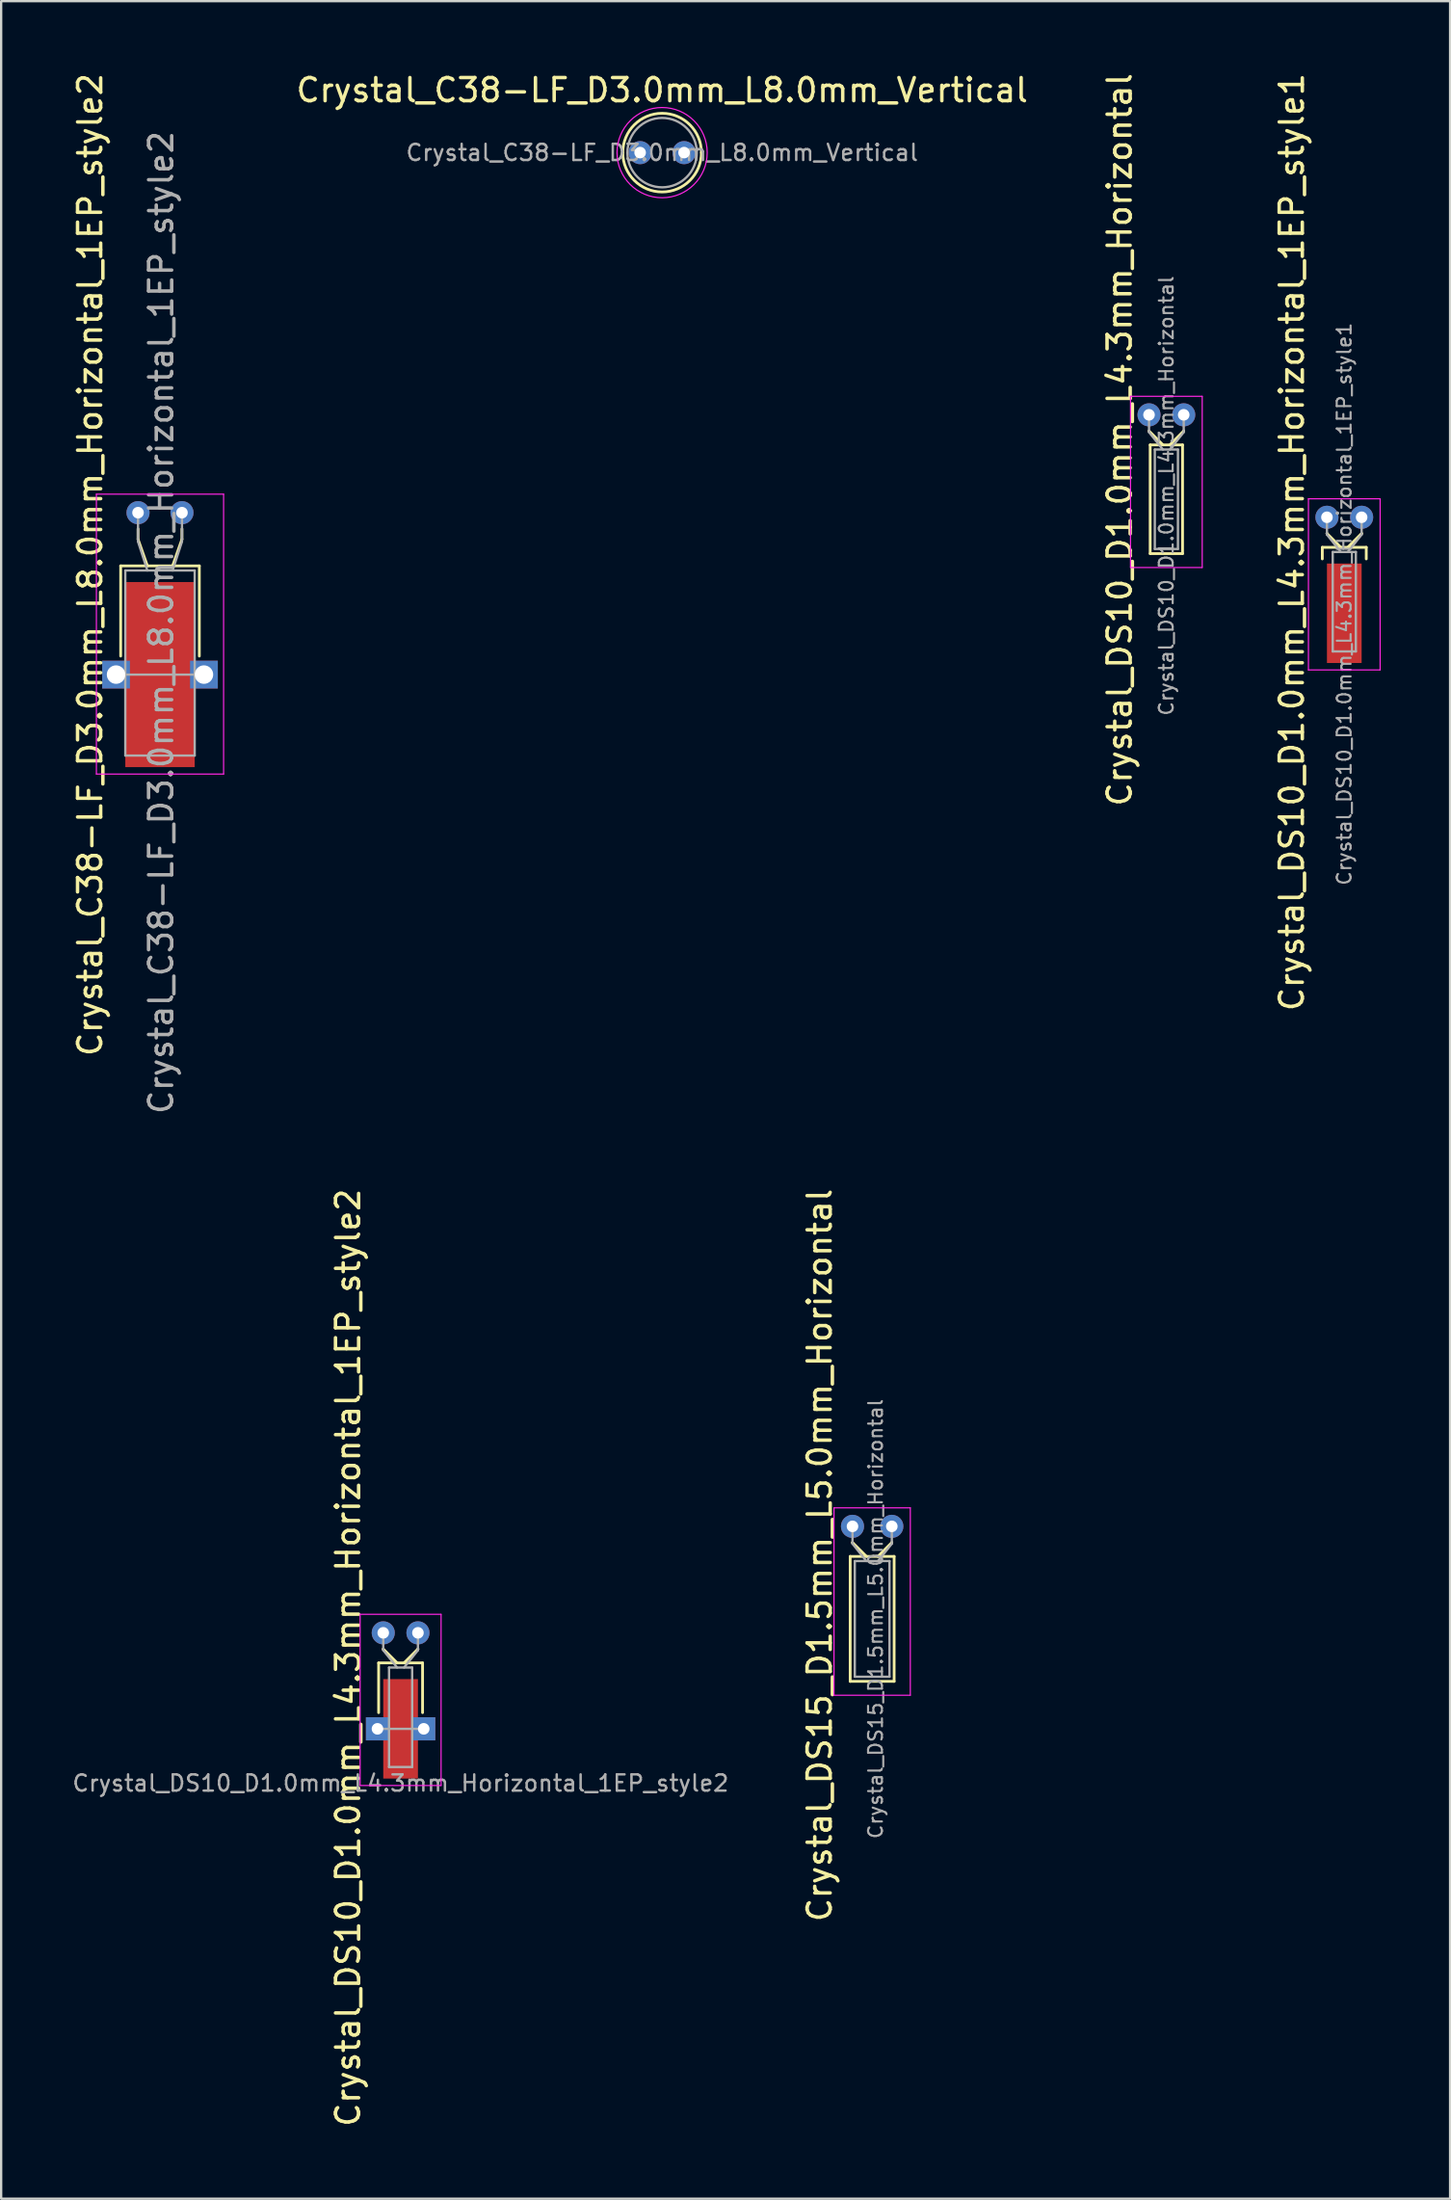
<source format=kicad_pcb>
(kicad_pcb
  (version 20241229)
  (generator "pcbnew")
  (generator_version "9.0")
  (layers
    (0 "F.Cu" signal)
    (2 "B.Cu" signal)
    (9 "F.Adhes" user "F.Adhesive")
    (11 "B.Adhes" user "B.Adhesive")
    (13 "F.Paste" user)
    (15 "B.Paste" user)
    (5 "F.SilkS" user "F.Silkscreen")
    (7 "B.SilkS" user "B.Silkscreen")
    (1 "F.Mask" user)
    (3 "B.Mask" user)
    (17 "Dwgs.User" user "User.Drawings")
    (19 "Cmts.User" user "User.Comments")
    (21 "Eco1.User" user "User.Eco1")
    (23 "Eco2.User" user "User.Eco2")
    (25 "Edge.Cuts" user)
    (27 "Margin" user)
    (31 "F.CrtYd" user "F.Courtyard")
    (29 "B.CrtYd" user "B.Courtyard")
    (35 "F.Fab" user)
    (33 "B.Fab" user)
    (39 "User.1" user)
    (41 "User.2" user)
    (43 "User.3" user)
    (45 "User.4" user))
  (footprint "Crystal_C38-LF_D3.0mm_L8.0mm_Vertical"
    (layer "F.Cu")
    (at 24.628 3.548)
    (property "Reference" "Crystal_C38-LF_D3.0mm_L8.0mm_Vertical" (at 0.95 -2.7 0) (layer "F.SilkS") (effects (font (size 1 1) (thickness 0.15))))
    (attr through_hole)
    (fp_arc (start -0.75 0) (mid 0.95 -1.7) (end 2.65 0) (stroke (width 0.12) (type solid)) (layer "F.SilkS"))
    (fp_arc (start 2.65 0) (mid 0.95 1.7) (end -0.75 0) (stroke (width 0.12) (type solid)) (layer "F.SilkS"))
    (fp_circle (center 0.95 0) (end 2.9 0) (stroke (width 0.05) (type solid)) (fill no) (layer "F.CrtYd"))
    (fp_circle (center 0.95 0) (end 2.45 0) (stroke (width 0.1) (type solid)) (fill no) (layer "F.Fab"))
    (fp_text user "${REFERENCE}" (at 0.95 0 0) (layer "F.Fab") (effects (font (size 0.7 0.7) (thickness 0.105))))
    (pad "1" thru_hole circle (at 0 0) (size 1 1) (drill 0.5) (layers "*.Cu" "*.Mask"))
    (pad "2" thru_hole circle (at 1.9 0) (size 1 1) (drill 0.5) (layers "*.Cu" "*.Mask")))
  (footprint "Crystal_DS10_D1.0mm_L4.3mm_Horizontal_1EP_style1"
    (layer "F.Cu")
    (at 54.324 19.312)
    (property "Reference" "Crystal_DS10_D1.0mm_L4.3mm_Horizontal_1EP_style1" (at -1.52 1.075 90) (layer "F.SilkS") (effects (font (size 1 1) (thickness 0.15))))
    (attr through_hole)
    (fp_line (start -0.2 1.3) (end 1.7 1.3) (stroke (width 0.12) (type solid)) (layer "F.SilkS"))
    (fp_line (start -0.2 1.8) (end -0.2 1.3) (stroke (width 0.12) (type solid)) (layer "F.SilkS"))
    (fp_line (start 0 0.7) (end 0 0.7) (stroke (width 0.12) (type solid)) (layer "F.SilkS"))
    (fp_line (start 0.6 1.3) (end 0 0.7) (stroke (width 0.12) (type solid)) (layer "F.SilkS"))
    (fp_line (start 0.9 1.3) (end 1.5 0.7) (stroke (width 0.12) (type solid)) (layer "F.SilkS"))
    (fp_line (start 1.5 0.7) (end 1.5 0.7) (stroke (width 0.12) (type solid)) (layer "F.SilkS"))
    (fp_line (start 1.7 1.3) (end 1.7 1.8) (stroke (width 0.12) (type solid)) (layer "F.SilkS"))
    (fp_line (start -0.8 -0.8) (end -0.8 6.6) (stroke (width 0.05) (type solid)) (layer "F.CrtYd"))
    (fp_line (start -0.8 6.6) (end 2.3 6.6) (stroke (width 0.05) (type solid)) (layer "F.CrtYd"))
    (fp_line (start 2.3 -0.8) (end -0.8 -0.8) (stroke (width 0.05) (type solid)) (layer "F.CrtYd"))
    (fp_line (start 2.3 6.6) (end 2.3 -0.8) (stroke (width 0.05) (type solid)) (layer "F.CrtYd"))
    (fp_line (start 0 0.75) (end 0 0) (stroke (width 0.1) (type solid)) (layer "F.Fab"))
    (fp_line (start 0.25 1.5) (end 0.25 5.8) (stroke (width 0.1) (type solid)) (layer "F.Fab"))
    (fp_line (start 0.25 5.8) (end 1.25 5.8) (stroke (width 0.1) (type solid)) (layer "F.Fab"))
    (fp_line (start 0.6 1.5) (end 0 0.75) (stroke (width 0.1) (type solid)) (layer "F.Fab"))
    (fp_line (start 0.9 1.5) (end 1.5 0.75) (stroke (width 0.1) (type solid)) (layer "F.Fab"))
    (fp_line (start 1.25 1.5) (end 0.25 1.5) (stroke (width 0.1) (type solid)) (layer "F.Fab"))
    (fp_line (start 1.25 5.8) (end 1.25 1.5) (stroke (width 0.1) (type solid)) (layer "F.Fab"))
    (fp_line (start 1.5 0.75) (end 1.5 0) (stroke (width 0.1) (type solid)) (layer "F.Fab"))
    (fp_text user "${REFERENCE}" (at 0.75 3.75 90) (layer "F.Fab") (effects (font (size 0.6 0.6) (thickness 0.09))))
    (pad "1" thru_hole circle (at 0 0) (size 1 1) (drill 0.5) (layers "*.Cu" "*.Mask"))
    (pad "2" thru_hole circle (at 1.5 0) (size 1 1) (drill 0.5) (layers "*.Cu" "*.Mask"))
    (pad "3" smd rect (at 0.75 4.15) (size 1.5 4.3) (layers "F.Cu" "F.Mask" "F.Paste")))
  (footprint "Crystal_DS15_D1.5mm_L5.0mm_Horizontal"
    (layer "F.Cu")
    (at 33.81 62.935)
    (property "Reference" "Crystal_DS15_D1.5mm_L5.0mm_Horizontal" (at -1.42 1.25 90) (layer "F.SilkS") (effects (font (size 1 1) (thickness 0.15))))
    (attr through_hole)
    (fp_line (start -0.1 1.3) (end -0.1 6.7) (stroke (width 0.12) (type solid)) (layer "F.SilkS"))
    (fp_line (start -0.1 6.7) (end 1.8 6.7) (stroke (width 0.12) (type solid)) (layer "F.SilkS"))
    (fp_line (start 0 0.7) (end 0 0.7) (stroke (width 0.12) (type solid)) (layer "F.SilkS"))
    (fp_line (start 0.6 1.3) (end 0 0.7) (stroke (width 0.12) (type solid)) (layer "F.SilkS"))
    (fp_line (start 1.1 1.3) (end 1.7 0.7) (stroke (width 0.12) (type solid)) (layer "F.SilkS"))
    (fp_line (start 1.7 0.7) (end 1.7 0.7) (stroke (width 0.12) (type solid)) (layer "F.SilkS"))
    (fp_line (start 1.8 1.3) (end -0.1 1.3) (stroke (width 0.12) (type solid)) (layer "F.SilkS"))
    (fp_line (start 1.8 6.7) (end 1.8 1.3) (stroke (width 0.12) (type solid)) (layer "F.SilkS"))
    (fp_line (start -0.8 -0.8) (end -0.8 7.3) (stroke (width 0.05) (type solid)) (layer "F.CrtYd"))
    (fp_line (start -0.8 7.3) (end 2.5 7.3) (stroke (width 0.05) (type solid)) (layer "F.CrtYd"))
    (fp_line (start 2.5 -0.8) (end -0.8 -0.8) (stroke (width 0.05) (type solid)) (layer "F.CrtYd"))
    (fp_line (start 2.5 7.3) (end 2.5 -0.8) (stroke (width 0.05) (type solid)) (layer "F.CrtYd"))
    (fp_line (start 0 0.75) (end 0 0) (stroke (width 0.1) (type solid)) (layer "F.Fab"))
    (fp_line (start 0.1 1.5) (end 0.1 6.5) (stroke (width 0.1) (type solid)) (layer "F.Fab"))
    (fp_line (start 0.1 6.5) (end 1.6 6.5) (stroke (width 0.1) (type solid)) (layer "F.Fab"))
    (fp_line (start 0.6 1.5) (end 0 0.75) (stroke (width 0.1) (type solid)) (layer "F.Fab"))
    (fp_line (start 1.1 1.5) (end 1.7 0.75) (stroke (width 0.1) (type solid)) (layer "F.Fab"))
    (fp_line (start 1.6 1.5) (end 0.1 1.5) (stroke (width 0.1) (type solid)) (layer "F.Fab"))
    (fp_line (start 1.6 6.5) (end 1.6 1.5) (stroke (width 0.1) (type solid)) (layer "F.Fab"))
    (fp_line (start 1.7 0.75) (end 1.7 0) (stroke (width 0.1) (type solid)) (layer "F.Fab"))
    (fp_text user "${REFERENCE}" (at 1 4 90) (layer "F.Fab") (effects (font (size 0.6 0.6) (thickness 0.09))))
    (pad "1" thru_hole circle (at 0 0) (size 1 1) (drill 0.5) (layers "*.Cu" "*.Mask"))
    (pad "2" thru_hole circle (at 1.7 0) (size 1 1) (drill 0.5) (layers "*.Cu" "*.Mask")))
  (footprint "Crystal_DS10_D1.0mm_L4.3mm_Horizontal_1EP_style2"
    (layer "F.Cu")
    (at 13.521 67.538)
    (property "Reference" "Crystal_DS10_D1.0mm_L4.3mm_Horizontal_1EP_style2" (at -1.52 1.075 90) (layer "F.SilkS") (effects (font (size 1 1) (thickness 0.15))))
    (attr through_hole)
    (fp_line (start -0.2 1.3) (end 1.7 1.3) (stroke (width 0.12) (type solid)) (layer "F.SilkS"))
    (fp_line (start -0.2 3.45) (end -0.2 1.3) (stroke (width 0.12) (type solid)) (layer "F.SilkS"))
    (fp_line (start 0 0.7) (end 0 0.7) (stroke (width 0.12) (type solid)) (layer "F.SilkS"))
    (fp_line (start 0.6 1.3) (end 0 0.7) (stroke (width 0.12) (type solid)) (layer "F.SilkS"))
    (fp_line (start 0.9 1.3) (end 1.5 0.7) (stroke (width 0.12) (type solid)) (layer "F.SilkS"))
    (fp_line (start 1.5 0.7) (end 1.5 0.7) (stroke (width 0.12) (type solid)) (layer "F.SilkS"))
    (fp_line (start 1.7 1.3) (end 1.7 3.45) (stroke (width 0.12) (type solid)) (layer "F.SilkS"))
    (fp_line (start -1 -0.8) (end -1 6.6) (stroke (width 0.05) (type solid)) (layer "F.CrtYd"))
    (fp_line (start -1 6.6) (end 2.5 6.6) (stroke (width 0.05) (type solid)) (layer "F.CrtYd"))
    (fp_line (start 2.5 -0.8) (end -1 -0.8) (stroke (width 0.05) (type solid)) (layer "F.CrtYd"))
    (fp_line (start 2.5 6.6) (end 2.5 -0.8) (stroke (width 0.05) (type solid)) (layer "F.CrtYd"))
    (fp_line (start -0.25 4.15) (end 1.75 4.15) (stroke (width 0.1) (type solid)) (layer "F.Fab"))
    (fp_line (start 0 0.75) (end 0 0) (stroke (width 0.1) (type solid)) (layer "F.Fab"))
    (fp_line (start 0.25 1.5) (end 0.25 5.8) (stroke (width 0.1) (type solid)) (layer "F.Fab"))
    (fp_line (start 0.25 5.8) (end 1.25 5.8) (stroke (width 0.1) (type solid)) (layer "F.Fab"))
    (fp_line (start 0.6 1.5) (end 0 0.75) (stroke (width 0.1) (type solid)) (layer "F.Fab"))
    (fp_line (start 0.9 1.5) (end 1.5 0.75) (stroke (width 0.1) (type solid)) (layer "F.Fab"))
    (fp_line (start 1.25 1.5) (end 0.25 1.5) (stroke (width 0.1) (type solid)) (layer "F.Fab"))
    (fp_line (start 1.25 5.8) (end 1.25 1.5) (stroke (width 0.1) (type solid)) (layer "F.Fab"))
    (fp_line (start 1.5 0.75) (end 1.5 0) (stroke (width 0.1) (type solid)) (layer "F.Fab"))
    (fp_text user "${REFERENCE}" (at 0.75 6.5 180) (layer "F.Fab") (effects (font (size 0.7 0.7) (thickness 0.105))))
    (pad "1" thru_hole circle (at 0 0) (size 1 1) (drill 0.5) (layers "*.Cu" "*.Mask"))
    (pad "2" thru_hole circle (at 1.5 0) (size 1 1) (drill 0.5) (layers "*.Cu" "*.Mask"))
    (pad "3" thru_hole rect (at -0.25 4.15) (size 1 1) (drill 0.5) (layers "*.Cu" "*.Mask"))
    (pad "3" smd rect (at 0.75 4.15) (size 1.5 4.3) (layers "F.Cu" "F.Mask" "F.Paste"))
    (pad "3" thru_hole rect (at 1.75 4.15) (size 1 1) (drill 0.5) (layers "*.Cu" "*.Mask")))
  (footprint "Crystal_DS10_D1.0mm_L4.3mm_Horizontal"
    (layer "F.Cu")
    (at 46.631 14.883)
    (property "Reference" "Crystal_DS10_D1.0mm_L4.3mm_Horizontal" (at -1.27 1.075 90) (layer "F.SilkS") (effects (font (size 1 1) (thickness 0.15))))
    (attr through_hole)
    (fp_line (start 0 0.7) (end 0 0.7) (stroke (width 0.12) (type solid)) (layer "F.SilkS"))
    (fp_line (start 0.05 1.3) (end 0.05 6) (stroke (width 0.12) (type solid)) (layer "F.SilkS"))
    (fp_line (start 0.05 6) (end 1.45 6) (stroke (width 0.12) (type solid)) (layer "F.SilkS"))
    (fp_line (start 0.6 1.3) (end 0 0.7) (stroke (width 0.12) (type solid)) (layer "F.SilkS"))
    (fp_line (start 0.9 1.3) (end 1.5 0.7) (stroke (width 0.12) (type solid)) (layer "F.SilkS"))
    (fp_line (start 1.45 1.3) (end 0.05 1.3) (stroke (width 0.12) (type solid)) (layer "F.SilkS"))
    (fp_line (start 1.45 6) (end 1.45 1.3) (stroke (width 0.12) (type solid)) (layer "F.SilkS"))
    (fp_line (start 1.5 0.7) (end 1.5 0.7) (stroke (width 0.12) (type solid)) (layer "F.SilkS"))
    (fp_line (start -0.8 -0.8) (end -0.8 6.6) (stroke (width 0.05) (type solid)) (layer "F.CrtYd"))
    (fp_line (start -0.8 6.6) (end 2.3 6.6) (stroke (width 0.05) (type solid)) (layer "F.CrtYd"))
    (fp_line (start 2.3 -0.8) (end -0.8 -0.8) (stroke (width 0.05) (type solid)) (layer "F.CrtYd"))
    (fp_line (start 2.3 6.6) (end 2.3 -0.8) (stroke (width 0.05) (type solid)) (layer "F.CrtYd"))
    (fp_line (start 0 0.75) (end 0 0) (stroke (width 0.1) (type solid)) (layer "F.Fab"))
    (fp_line (start 0.25 1.5) (end 0.25 5.8) (stroke (width 0.1) (type solid)) (layer "F.Fab"))
    (fp_line (start 0.25 5.8) (end 1.25 5.8) (stroke (width 0.1) (type solid)) (layer "F.Fab"))
    (fp_line (start 0.6 1.5) (end 0 0.75) (stroke (width 0.1) (type solid)) (layer "F.Fab"))
    (fp_line (start 0.9 1.5) (end 1.5 0.75) (stroke (width 0.1) (type solid)) (layer "F.Fab"))
    (fp_line (start 1.25 1.5) (end 0.25 1.5) (stroke (width 0.1) (type solid)) (layer "F.Fab"))
    (fp_line (start 1.25 5.8) (end 1.25 1.5) (stroke (width 0.1) (type solid)) (layer "F.Fab"))
    (fp_line (start 1.5 0.75) (end 1.5 0) (stroke (width 0.1) (type solid)) (layer "F.Fab"))
    (fp_text user "${REFERENCE}" (at 0.75 3.5 90) (layer "F.Fab") (effects (font (size 0.6 0.6) (thickness 0.09))))
    (pad "1" thru_hole circle (at 0 0) (size 1 1) (drill 0.5) (layers "*.Cu" "*.Mask"))
    (pad "2" thru_hole circle (at 1.5 0) (size 1 1) (drill 0.5) (layers "*.Cu" "*.Mask")))
  (footprint "Crystal_C38-LF_D3.0mm_L8.0mm_Horizontal_1EP_style2"
    (layer "F.Cu")
    (at 2.918 19.113)
    (property "Reference" "Crystal_C38-LF_D3.0mm_L8.0mm_Horizontal_1EP_style2" (at -2.07 2.25 90) (layer "F.SilkS") (effects (font (size 1 1) (thickness 0.15))))
    (attr through_hole)
    (fp_line (start -0.75 2.3) (end 2.65 2.3) (stroke (width 0.12) (type solid)) (layer "F.SilkS"))
    (fp_line (start -0.75 6.2) (end -0.75 2.3) (stroke (width 0.12) (type solid)) (layer "F.SilkS"))
    (fp_line (start 0 1.15) (end 0 0.7) (stroke (width 0.12) (type solid)) (layer "F.SilkS"))
    (fp_line (start 0.405 2.3) (end 0 1.15) (stroke (width 0.12) (type solid)) (layer "F.SilkS"))
    (fp_line (start 1.495 2.3) (end 1.9 1.15) (stroke (width 0.12) (type solid)) (layer "F.SilkS"))
    (fp_line (start 1.9 1.15) (end 1.9 0.7) (stroke (width 0.12) (type solid)) (layer "F.SilkS"))
    (fp_line (start 2.65 2.3) (end 2.65 6.2) (stroke (width 0.12) (type solid)) (layer "F.SilkS"))
    (fp_line (start -1.8 -0.8) (end -1.8 11.3) (stroke (width 0.05) (type solid)) (layer "F.CrtYd"))
    (fp_line (start -1.8 11.3) (end 3.7 11.3) (stroke (width 0.05) (type solid)) (layer "F.CrtYd"))
    (fp_line (start 3.7 -0.8) (end -1.8 -0.8) (stroke (width 0.05) (type solid)) (layer "F.CrtYd"))
    (fp_line (start 3.7 11.3) (end 3.7 -0.8) (stroke (width 0.05) (type solid)) (layer "F.CrtYd"))
    (fp_line (start -0.95 7) (end 2.85 7) (stroke (width 0.1) (type solid)) (layer "F.Fab"))
    (fp_line (start -0.55 2.5) (end -0.55 10.5) (stroke (width 0.1) (type solid)) (layer "F.Fab"))
    (fp_line (start -0.55 10.5) (end 2.45 10.5) (stroke (width 0.1) (type solid)) (layer "F.Fab"))
    (fp_line (start 0 1.25) (end 0 0) (stroke (width 0.1) (type solid)) (layer "F.Fab"))
    (fp_line (start 0.405 2.5) (end 0 1.25) (stroke (width 0.1) (type solid)) (layer "F.Fab"))
    (fp_line (start 1.495 2.5) (end 1.9 1.25) (stroke (width 0.1) (type solid)) (layer "F.Fab"))
    (fp_line (start 1.9 1.25) (end 1.9 0) (stroke (width 0.1) (type solid)) (layer "F.Fab"))
    (fp_line (start 2.45 2.5) (end -0.55 2.5) (stroke (width 0.1) (type solid)) (layer "F.Fab"))
    (fp_line (start 2.45 10.5) (end 2.45 2.5) (stroke (width 0.1) (type solid)) (layer "F.Fab"))
    (fp_text user "${REFERENCE}" (at 1 4.75 90) (layer "F.Fab") (effects (font (size 1 1) (thickness 0.15))))
    (pad "1" thru_hole circle (at 0 0) (size 1 1) (drill 0.5) (layers "*.Cu" "*.Mask"))
    (pad "2" thru_hole circle (at 1.9 0) (size 1 1) (drill 0.5) (layers "*.Cu" "*.Mask"))
    (pad "3" thru_hole rect (at -0.95 7) (size 1.2 1.2) (drill 0.8) (layers "*.Cu" "*.Mask"))
    (pad "3" smd rect (at 0.95 7) (size 3 8) (layers "F.Cu" "F.Mask" "F.Paste"))
    (pad "3" thru_hole rect (at 2.85 7) (size 1.2 1.2) (drill 0.8) (layers "*.Cu" "*.Mask")))
  (gr_rect
    (start -3 -3)
    (end 59.649 92)
    (stroke (width 0.1) (type default))
    (fill no)
    (layer "Edge.Cuts")))
</source>
